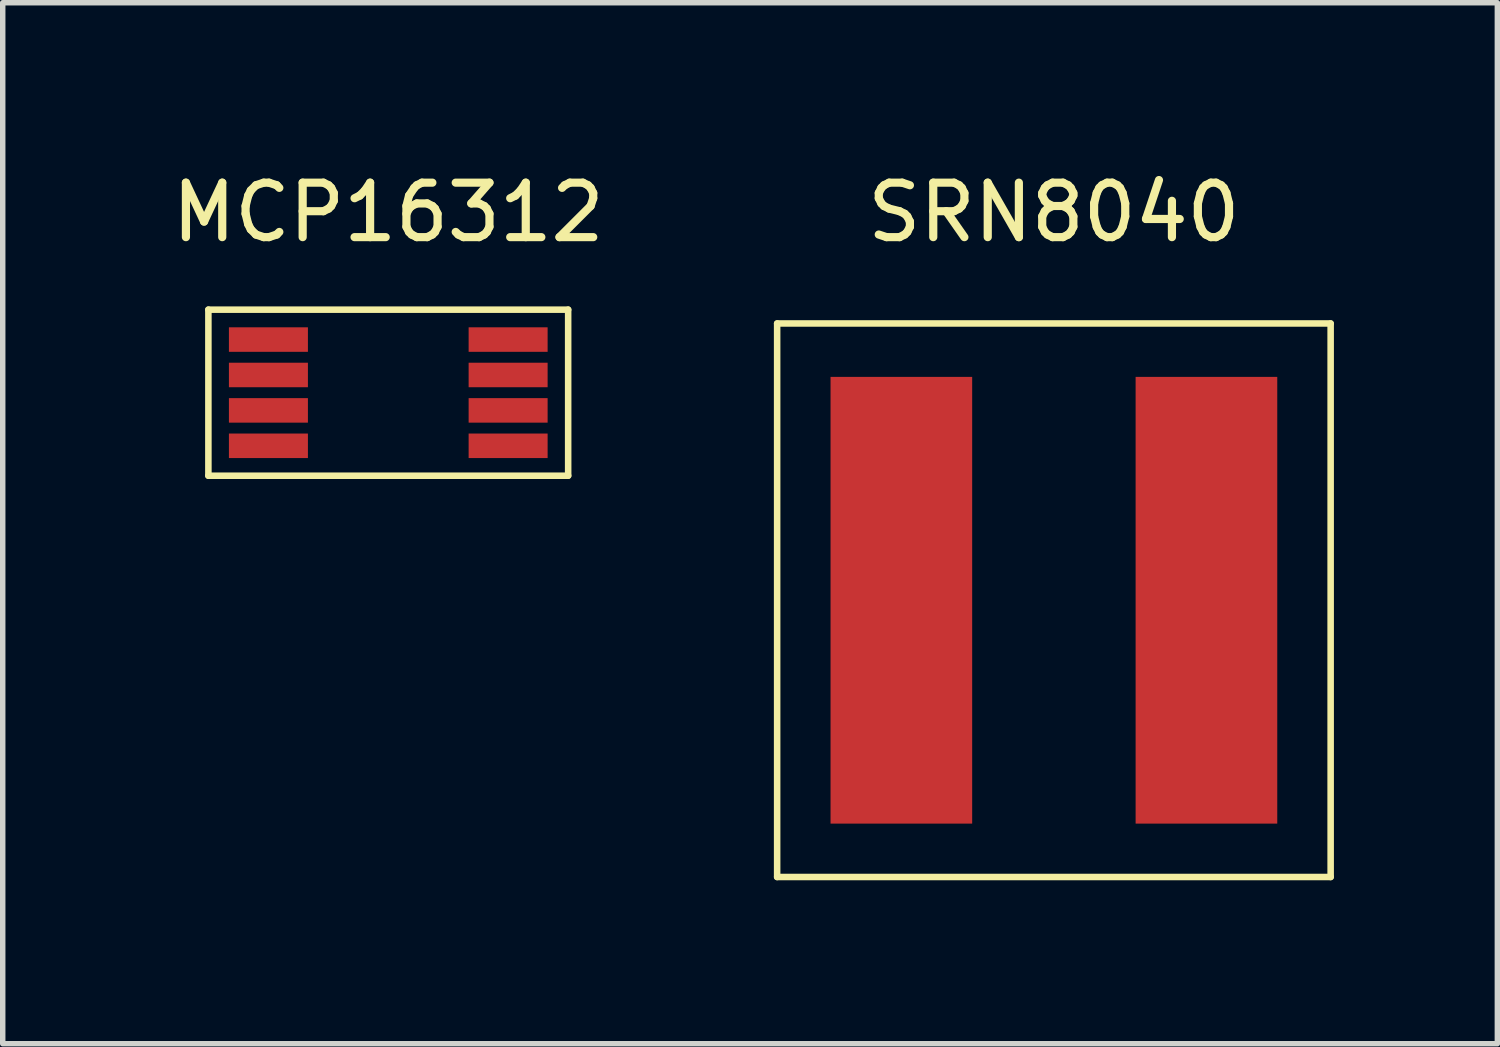
<source format=kicad_pcb>
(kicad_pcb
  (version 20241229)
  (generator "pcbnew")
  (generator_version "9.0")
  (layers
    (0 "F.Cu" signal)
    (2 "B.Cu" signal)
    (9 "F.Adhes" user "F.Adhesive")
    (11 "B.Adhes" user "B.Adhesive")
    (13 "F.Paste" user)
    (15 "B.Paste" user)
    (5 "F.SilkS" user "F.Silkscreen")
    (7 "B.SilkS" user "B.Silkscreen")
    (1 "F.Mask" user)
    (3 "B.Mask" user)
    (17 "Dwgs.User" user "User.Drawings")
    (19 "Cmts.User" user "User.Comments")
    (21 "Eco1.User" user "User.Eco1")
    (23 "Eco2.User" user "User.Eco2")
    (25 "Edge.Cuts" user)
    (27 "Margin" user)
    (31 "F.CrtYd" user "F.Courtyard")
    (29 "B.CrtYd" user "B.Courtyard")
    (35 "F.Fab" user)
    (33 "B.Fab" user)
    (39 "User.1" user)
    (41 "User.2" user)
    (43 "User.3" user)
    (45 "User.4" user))
  (footprint "SRN8040"
    (layer "F.Cu")
    (at 16.295 7.968)
    (property "Reference" "SRN8040" (at 0 -7.12 0) (layer "F.SilkS") (effects (font (size 1 1) (thickness 0.15))))
    (attr through_hole)
    (fp_line (start -5.08 -5.08) (end -5.08 5.08) (stroke (width 0.12) (type solid)) (layer "F.SilkS"))
    (fp_line (start -5.08 5.08) (end 5.08 5.08) (stroke (width 0.12) (type solid)) (layer "F.SilkS"))
    (fp_line (start 5.08 -5.08) (end -5.08 -5.08) (stroke (width 0.12) (type solid)) (layer "F.SilkS"))
    (fp_line (start 5.08 5.08) (end 5.08 -5.08) (stroke (width 0.12) (type solid)) (layer "F.SilkS"))
    (pad "1" smd rect (at -2.8 0) (size 2.6 8.2) (layers "F.Cu" "F.Mask" "F.Paste"))
    (pad "2" smd rect (at 2.8 0) (size 2.6 8.2) (layers "F.Cu" "F.Mask" "F.Paste")))
  (footprint "MCP16312"
    (layer "F.Cu")
    (at 4.077 4.158)
    (property "Reference" "MCP16312" (at 0 -3.31 0) (layer "F.SilkS") (effects (font (size 1 1) (thickness 0.15))))
    (attr through_hole)
    (fp_line (start -3.302 -1.524) (end -3.302 1.524) (stroke (width 0.12) (type solid)) (layer "F.SilkS"))
    (fp_line (start -3.302 1.524) (end 3.302 1.524) (stroke (width 0.12) (type solid)) (layer "F.SilkS"))
    (fp_line (start 3.302 -1.524) (end -3.302 -1.524) (stroke (width 0.12) (type solid)) (layer "F.SilkS"))
    (fp_line (start 3.302 1.524) (end 3.302 -1.524) (stroke (width 0.12) (type solid)) (layer "F.SilkS"))
    (pad "1" smd rect (at -2.2 -0.975 180) (size 1.45 0.45) (layers "F.Cu" "F.Mask" "F.Paste"))
    (pad "2" smd rect (at -2.2 -0.325 180) (size 1.45 0.45) (layers "F.Cu" "F.Mask" "F.Paste"))
    (pad "3" smd rect (at -2.2 0.325 180) (size 1.45 0.45) (layers "F.Cu" "F.Mask" "F.Paste"))
    (pad "4" smd rect (at -2.2 0.975 180) (size 1.45 0.45) (layers "F.Cu" "F.Mask" "F.Paste"))
    (pad "5" smd rect (at 2.2 0.975 180) (size 1.45 0.45) (layers "F.Cu" "F.Mask" "F.Paste"))
    (pad "6" smd rect (at 2.2 0.325 180) (size 1.45 0.45) (layers "F.Cu" "F.Mask" "F.Paste"))
    (pad "7" smd rect (at 2.2 -0.325 180) (size 1.45 0.45) (layers "F.Cu" "F.Mask" "F.Paste"))
    (pad "8" smd rect (at 2.2 -0.975 180) (size 1.45 0.45) (layers "F.Cu" "F.Mask" "F.Paste")))
  (gr_rect
    (start -3 -3)
    (end 24.435 16.108)
    (stroke (width 0.1) (type default))
    (fill no)
    (layer "Edge.Cuts")))
</source>
